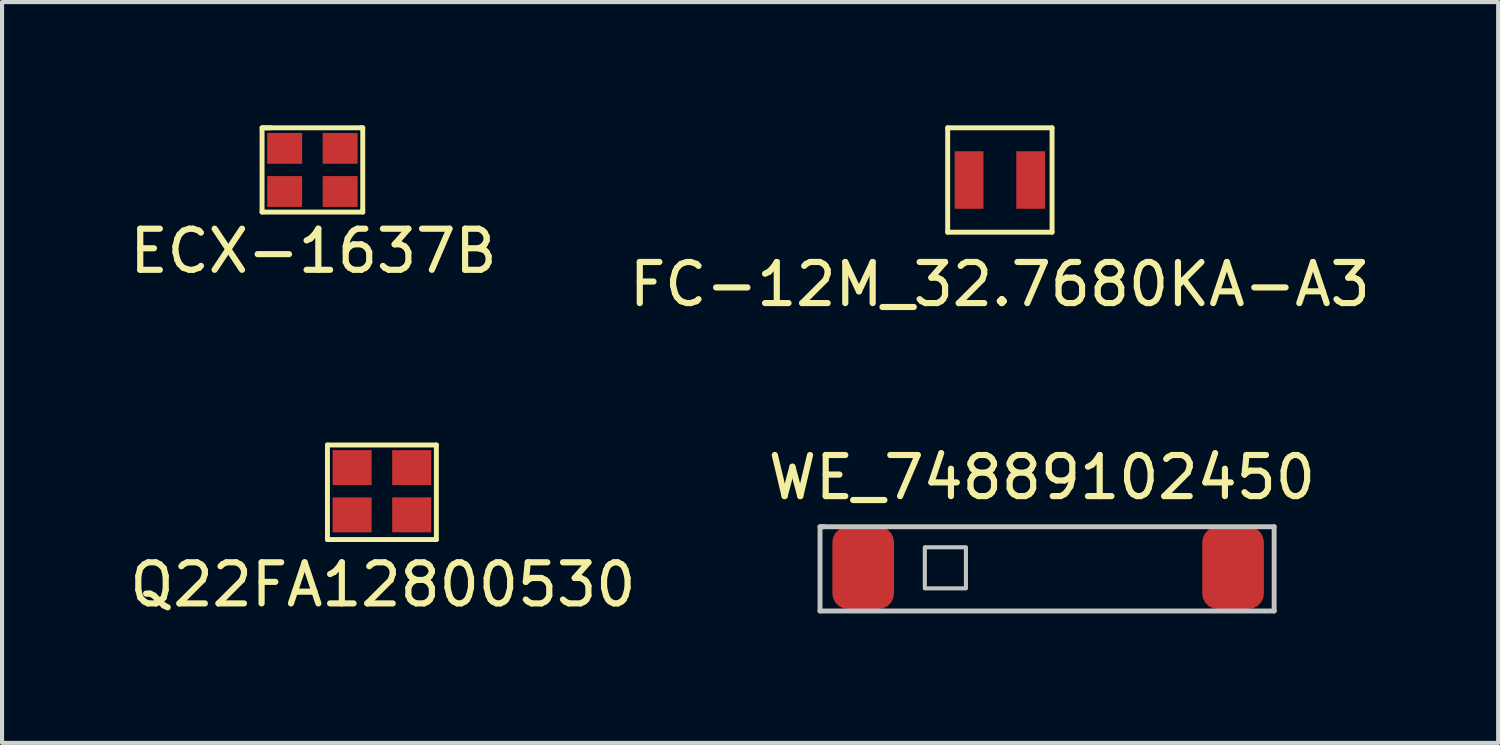
<source format=kicad_pcb>
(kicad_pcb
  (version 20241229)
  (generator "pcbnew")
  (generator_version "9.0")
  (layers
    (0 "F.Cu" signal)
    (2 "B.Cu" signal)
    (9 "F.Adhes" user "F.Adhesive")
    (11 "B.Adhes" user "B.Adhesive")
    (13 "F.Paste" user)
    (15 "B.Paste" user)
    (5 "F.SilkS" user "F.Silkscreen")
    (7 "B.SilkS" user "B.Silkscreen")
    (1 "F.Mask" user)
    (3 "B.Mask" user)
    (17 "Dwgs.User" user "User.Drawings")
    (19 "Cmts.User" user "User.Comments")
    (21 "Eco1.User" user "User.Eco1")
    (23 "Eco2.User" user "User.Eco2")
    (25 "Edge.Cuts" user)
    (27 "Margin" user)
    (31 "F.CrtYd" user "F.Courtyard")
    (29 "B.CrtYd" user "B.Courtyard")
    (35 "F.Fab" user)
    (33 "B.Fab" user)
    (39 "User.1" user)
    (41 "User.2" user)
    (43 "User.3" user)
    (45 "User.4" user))
  (footprint "WE_74889102450"
    (layer "F.Cu")
    (at 22.454 10.767)
    (property "Reference" "WE_74889102450" (at -0.15 -2.2 0) (layer "F.SilkS") (effects (font (size 1 1) (thickness 0.15))))
    (attr through_hole)
    (fp_line (start -5.55 -1) (end -5.45 -1) (stroke (width 0.12) (type solid)) (layer "Dwgs.User"))
    (fp_line (start -5.55 1.05) (end -5.55 -1) (stroke (width 0.12) (type solid)) (layer "Dwgs.User"))
    (fp_line (start -5.5 -1) (end 5.5 -1) (stroke (width 0.12) (type solid)) (layer "Dwgs.User"))
    (fp_line (start 5.5 -1) (end 5.5 1.05) (stroke (width 0.12) (type solid)) (layer "Dwgs.User"))
    (fp_line (start 5.5 1.05) (end -5.55 1.05) (stroke (width 0.12) (type solid)) (layer "Dwgs.User"))
    (fp_poly (pts (xy -2 0.5) (xy -3 0.5) (xy -3 -0.5) (xy -2 -0.5)) (stroke (width 0.1) (type solid)) (fill no) (layer "Dwgs.User"))
    (pad "1" smd roundrect (at -4.5 0) (size 1.5 2) (layers "F.Cu" "F.Mask" "F.Paste") (roundrect_rratio 0.25))
    (pad "2" smd roundrect (at 4.5 0) (size 1.5 2) (layers "F.Cu" "F.Mask" "F.Paste") (roundrect_rratio 0.25)))
  (footprint "ECX-1637B"
    (layer "F.Cu")
    (at 4.577 1.11)
    (property "Reference" "ECX-1637B" (at 0 1.95 0) (layer "F.SilkS") (effects (font (size 1 1) (thickness 0.15))))
    (attr through_hole)
    (fp_line (start -1.25 -1.05) (end -1.05 -1.05) (stroke (width 0.12) (type solid)) (layer "F.SilkS"))
    (fp_line (start -1.25 1) (end -1.25 -1.05) (stroke (width 0.12) (type solid)) (layer "F.SilkS"))
    (fp_line (start -1.2 -1.05) (end 1.15 -1.05) (stroke (width 0.12) (type solid)) (layer "F.SilkS"))
    (fp_line (start 1.15 -1.05) (end 1.2 -1.05) (stroke (width 0.12) (type solid)) (layer "F.SilkS"))
    (fp_line (start 1.2 -1.05) (end 1.2 0.95) (stroke (width 0.12) (type solid)) (layer "F.SilkS"))
    (fp_line (start 1.2 0.95) (end 1.2 1) (stroke (width 0.12) (type solid)) (layer "F.SilkS"))
    (fp_line (start 1.2 1) (end -1.25 1) (stroke (width 0.12) (type solid)) (layer "F.SilkS"))
    (pad "1" smd rect (at -0.7 -0.55) (size 0.85 0.75) (layers "F.Cu" "F.Mask" "F.Paste"))
    (pad "2" smd rect (at 0.65 -0.55) (size 0.85 0.75) (layers "F.Cu" "F.Mask" "F.Paste"))
    (pad "4" smd rect (at -0.7 0.5) (size 0.85 0.75) (layers "F.Cu" "F.Mask" "F.Paste"))
    (pad "4" smd rect (at 0.65 0.5) (size 0.85 0.75) (layers "F.Cu" "F.Mask" "F.Paste")))
  (footprint "Q22FA12800530"
    (layer "F.Cu")
    (at 6.268 8.928)
    (property "Reference" "Q22FA12800530" (at 0 2.25 0) (layer "F.SilkS") (effects (font (size 1 1) (thickness 0.15))))
    (attr through_hole)
    (fp_line (start -1.35 -1.15) (end 1.3 -1.15) (stroke (width 0.12) (type solid)) (layer "F.SilkS"))
    (fp_line (start -1.35 1.15) (end -1.35 -1.15) (stroke (width 0.12) (type solid)) (layer "F.SilkS"))
    (fp_line (start 1.3 -1.15) (end 1.3 1.15) (stroke (width 0.12) (type solid)) (layer "F.SilkS"))
    (fp_line (start 1.3 1.15) (end -1.35 1.15) (stroke (width 0.12) (type solid)) (layer "F.SilkS"))
    (pad "1" smd rect (at -0.75 -0.6) (size 0.95 0.85) (layers "F.Cu" "F.Mask" "F.Paste"))
    (pad "2" smd rect (at 0.7 -0.6) (size 0.95 0.85) (layers "F.Cu" "F.Mask" "F.Paste"))
    (pad "3" smd rect (at -0.75 0.55) (size 0.95 0.85) (layers "F.Cu" "F.Mask" "F.Paste"))
    (pad "4" smd rect (at 0.7 0.55) (size 0.95 0.85) (layers "F.Cu" "F.Mask" "F.Paste")))
  (footprint "FC-12M_32.7680KA-A3"
    (layer "F.Cu")
    (at 21.28 1.33)
    (property "Reference" "FC-12M_32.7680KA-A3" (at 0 2.54 0) (layer "F.SilkS") (effects (font (size 1 1) (thickness 0.15))))
    (attr through_hole)
    (fp_line (start -1.27 -1.27) (end -1.27 1.27) (stroke (width 0.12) (type solid)) (layer "F.SilkS"))
    (fp_line (start -1.27 1.27) (end 1.27 1.27) (stroke (width 0.12) (type solid)) (layer "F.SilkS"))
    (fp_line (start 1.27 -1.27) (end -1.27 -1.27) (stroke (width 0.12) (type solid)) (layer "F.SilkS"))
    (fp_line (start 1.27 1.27) (end 1.27 -1.27) (stroke (width 0.12) (type solid)) (layer "F.SilkS"))
    (pad "1" smd rect (at -0.75 0) (size 0.7 1.4) (layers "F.Cu" "F.Mask" "F.Paste"))
    (pad "2" smd rect (at 0.75 0) (size 0.7 1.4) (layers "F.Cu" "F.Mask" "F.Paste")))
  (gr_rect
    (start -3 -3)
    (end 33.405 15.027)
    (stroke (width 0.1) (type default))
    (fill no)
    (layer "Edge.Cuts")))
</source>
